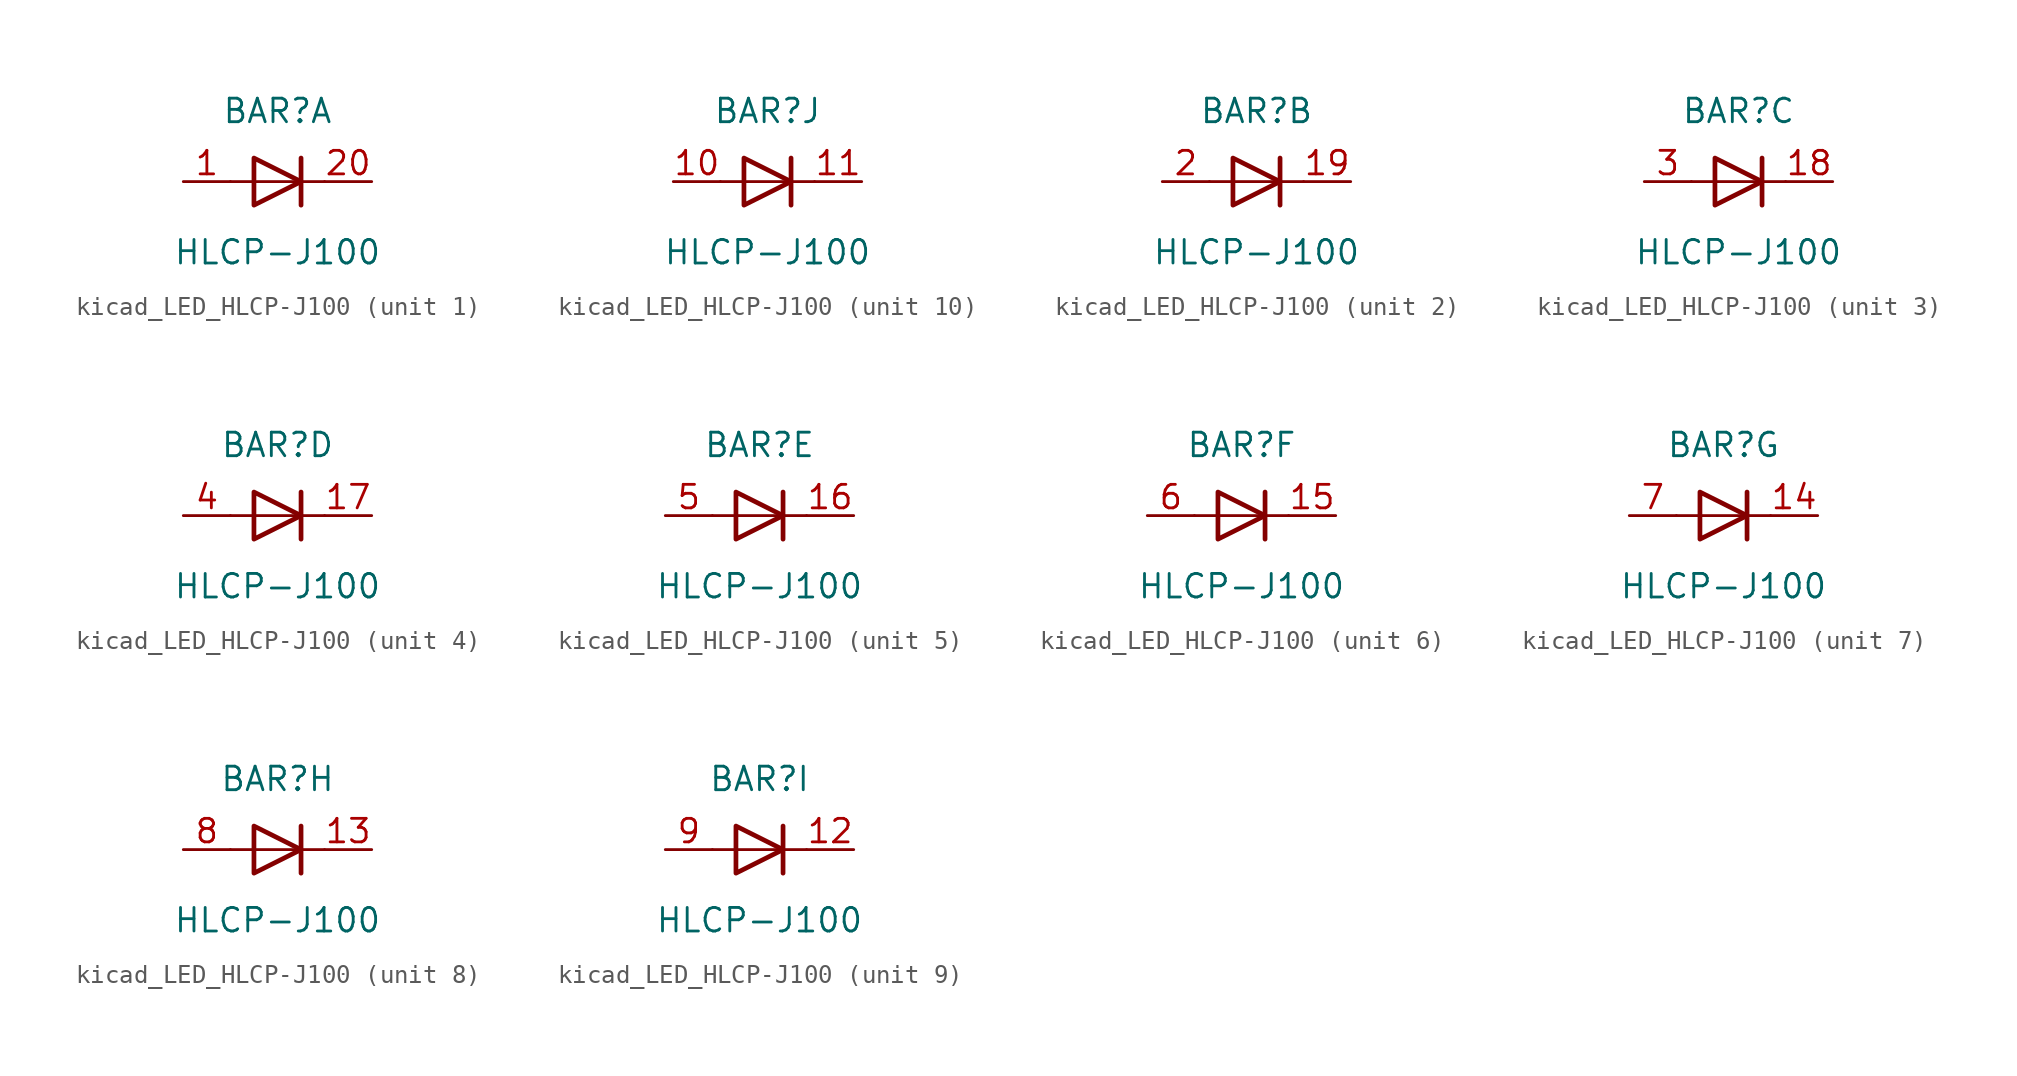
<source format=kicad_sym>
(kicad_symbol_lib
  (version 20220914)
  (generator kicad_symbol_editor)
  (symbol "kicad_LED_HLCP-J100"
    (pin_names
      (offset 1.016) hide)
    (property "Reference" "BAR"
      (at 0 3.81 0)
      (effects (font (size 1.27 1.27))))
    (property "Value" "HLCP-J100"
      (at 0 -3.81 0)
      (effects (font (size 1.27 1.27))))
    (symbol "kicad_LED_HLCP-J100_0_1"
      (polyline (pts (xy -2.54 0) (xy 2.54 0)) (stroke (width 0) (type default)) (fill (type none)))
      (polyline (pts (xy 1.27 -1.27) (xy 1.27 1.27)) (stroke (width 0.254) (type default)) (fill (type none)))
      (polyline (pts (xy -1.27 1.27) (xy -1.27 -1.27) (xy 1.27 0) (xy -1.27 1.27)) (stroke (width 0.254) (type default)) (fill (type none))))
    (symbol "kicad_LED_HLCP-J100_1_1"
      (pin passive line (at -5.08 0 0) (length 2.54) (name "A" (effects (font (size 1.27 1.27)))) (number "1" (effects (font (size 1.27 1.27)))))
      (pin passive line (at 5.08 0 180) (length 2.54) (name "K" (effects (font (size 1.27 1.27)))) (number "20" (effects (font (size 1.27 1.27))))))
    (symbol "kicad_LED_HLCP-J100_2_1"
      (pin passive line (at 5.08 0 180) (length 2.54) (name "K" (effects (font (size 1.27 1.27)))) (number "19" (effects (font (size 1.27 1.27)))))
      (pin passive line (at -5.08 0 0) (length 2.54) (name "A" (effects (font (size 1.27 1.27)))) (number "2" (effects (font (size 1.27 1.27))))))
    (symbol "kicad_LED_HLCP-J100_3_1"
      (pin passive line (at 5.08 0 180) (length 2.54) (name "K" (effects (font (size 1.27 1.27)))) (number "18" (effects (font (size 1.27 1.27)))))
      (pin passive line (at -5.08 0 0) (length 2.54) (name "A" (effects (font (size 1.27 1.27)))) (number "3" (effects (font (size 1.27 1.27))))))
    (symbol "kicad_LED_HLCP-J100_4_1"
      (pin passive line (at 5.08 0 180) (length 2.54) (name "K" (effects (font (size 1.27 1.27)))) (number "17" (effects (font (size 1.27 1.27)))))
      (pin passive line (at -5.08 0 0) (length 2.54) (name "A" (effects (font (size 1.27 1.27)))) (number "4" (effects (font (size 1.27 1.27))))))
    (symbol "kicad_LED_HLCP-J100_5_1"
      (pin passive line (at 5.08 0 180) (length 2.54) (name "K" (effects (font (size 1.27 1.27)))) (number "16" (effects (font (size 1.27 1.27)))))
      (pin passive line (at -5.08 0 0) (length 2.54) (name "A" (effects (font (size 1.27 1.27)))) (number "5" (effects (font (size 1.27 1.27))))))
    (symbol "kicad_LED_HLCP-J100_6_1"
      (pin passive line (at 5.08 0 180) (length 2.54) (name "K" (effects (font (size 1.27 1.27)))) (number "15" (effects (font (size 1.27 1.27)))))
      (pin passive line (at -5.08 0 0) (length 2.54) (name "A" (effects (font (size 1.27 1.27)))) (number "6" (effects (font (size 1.27 1.27))))))
    (symbol "kicad_LED_HLCP-J100_7_1"
      (pin passive line (at 5.08 0 180) (length 2.54) (name "K" (effects (font (size 1.27 1.27)))) (number "14" (effects (font (size 1.27 1.27)))))
      (pin passive line (at -5.08 0 0) (length 2.54) (name "A" (effects (font (size 1.27 1.27)))) (number "7" (effects (font (size 1.27 1.27))))))
    (symbol "kicad_LED_HLCP-J100_8_1"
      (pin passive line (at 5.08 0 180) (length 2.54) (name "K" (effects (font (size 1.27 1.27)))) (number "13" (effects (font (size 1.27 1.27)))))
      (pin passive line (at -5.08 0 0) (length 2.54) (name "A" (effects (font (size 1.27 1.27)))) (number "8" (effects (font (size 1.27 1.27))))))
    (symbol "kicad_LED_HLCP-J100_9_1"
      (pin passive line (at 5.08 0 180) (length 2.54) (name "K" (effects (font (size 1.27 1.27)))) (number "12" (effects (font (size 1.27 1.27)))))
      (pin passive line (at -5.08 0 0) (length 2.54) (name "A" (effects (font (size 1.27 1.27)))) (number "9" (effects (font (size 1.27 1.27))))))
    (symbol "kicad_LED_HLCP-J100_10_1"
      (pin passive line (at -5.08 0 0) (length 2.54) (name "A" (effects (font (size 1.27 1.27)))) (number "10" (effects (font (size 1.27 1.27)))))
      (pin passive line (at 5.08 0 180) (length 2.54) (name "K" (effects (font (size 1.27 1.27)))) (number "11" (effects (font (size 1.27 1.27))))))))
</source>
